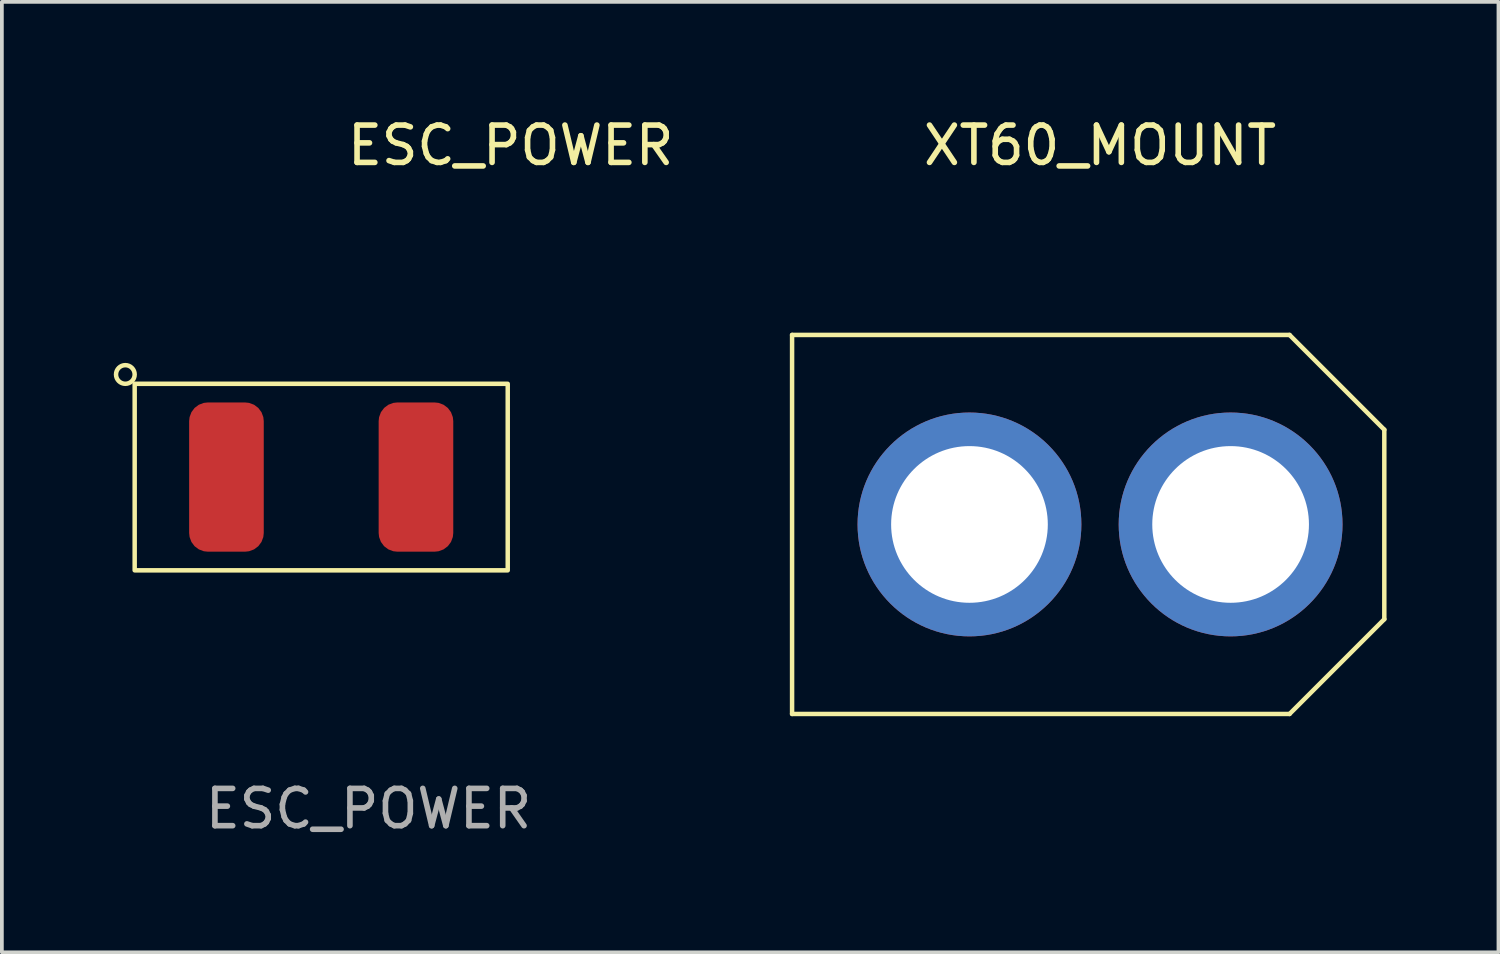
<source format=kicad_pcb>
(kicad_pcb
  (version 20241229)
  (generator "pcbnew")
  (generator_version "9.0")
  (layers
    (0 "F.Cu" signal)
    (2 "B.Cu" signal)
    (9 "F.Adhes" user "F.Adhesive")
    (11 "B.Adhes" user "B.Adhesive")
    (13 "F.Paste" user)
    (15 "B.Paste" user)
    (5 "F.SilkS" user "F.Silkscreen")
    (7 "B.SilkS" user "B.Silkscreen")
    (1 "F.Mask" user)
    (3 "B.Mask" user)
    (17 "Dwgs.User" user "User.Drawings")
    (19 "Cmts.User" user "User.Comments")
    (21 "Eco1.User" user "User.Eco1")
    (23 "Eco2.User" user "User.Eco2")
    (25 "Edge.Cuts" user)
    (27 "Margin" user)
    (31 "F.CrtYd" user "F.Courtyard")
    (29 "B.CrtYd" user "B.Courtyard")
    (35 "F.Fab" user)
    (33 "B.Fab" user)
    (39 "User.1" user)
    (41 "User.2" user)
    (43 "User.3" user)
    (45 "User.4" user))
  (footprint "XT60_MOUNT"
    (layer "F.Cu")
    (at 26.437 11.008)
    (property "Reference" "XT60_MOUNT" (at 0 -10.16 0) (unlocked yes) (layer "F.SilkS") (effects (font (size 1 1) (thickness 0.15))))
    (attr through_hole)
    (fp_line (start -8.255 -5.08) (end -8.255 5.08) (stroke (width 0.12) (type solid)) (layer "F.SilkS"))
    (fp_line (start -8.255 5.08) (end 5.08 5.08) (stroke (width 0.12) (type solid)) (layer "F.SilkS"))
    (fp_line (start 5.08 -5.08) (end -8.255 -5.08) (stroke (width 0.12) (type solid)) (layer "F.SilkS"))
    (fp_line (start 7.62 -2.54) (end 5.08 -5.08) (stroke (width 0.12) (type solid)) (layer "F.SilkS"))
    (fp_line (start 7.62 2.54) (end 5.08 5.08) (stroke (width 0.12) (type solid)) (layer "F.SilkS"))
    (fp_line (start 7.62 2.54) (end 7.62 -2.54) (stroke (width 0.12) (type solid)) (layer "F.SilkS"))
    (pad "1" thru_hole circle (at -3.5 0) (size 6 6) (drill 4.2) (layers "*.Cu" "*.Mask"))
    (pad "2" thru_hole circle (at 3.5 0) (size 6 6) (drill 4.2) (layers "*.Cu" "*.Mask")))
  (footprint "ESC_POWER"
    (layer "F.Cu")
    (at 5.56 9.738)
    (property "Reference" "ESC_POWER" (at 5.08 -8.89 0) (unlocked yes) (layer "F.SilkS") (effects (font (size 1 1) (thickness 0.15))))
    (fp_rect (start -5 2.5) (end 5 -2.5) (stroke (width 0.12) (type solid)) (fill no) (layer "F.SilkS"))
    (fp_circle (center -5.25 -2.75) (end -5 -2.75) (stroke (width 0.12) (type solid)) (fill no) (layer "F.SilkS"))
    (fp_text user "${REFERENCE}" (at 1.27 8.89 0) (unlocked yes) (layer "F.Fab") (effects (font (size 1 1) (thickness 0.15))))
    (pad "1" smd roundrect (at -2.54 0) (size 2 4) (layers "F.Cu" "F.Mask" "F.Paste") (roundrect_rratio 0.25))
    (pad "2" smd roundrect (at 2.54 0) (size 2 4) (layers "F.Cu" "F.Mask" "F.Paste") (roundrect_rratio 0.25)))
  (gr_rect
    (start -3 -3)
    (end 37.117 22.477)
    (stroke (width 0.1) (type default))
    (fill no)
    (layer "Edge.Cuts")))
</source>
